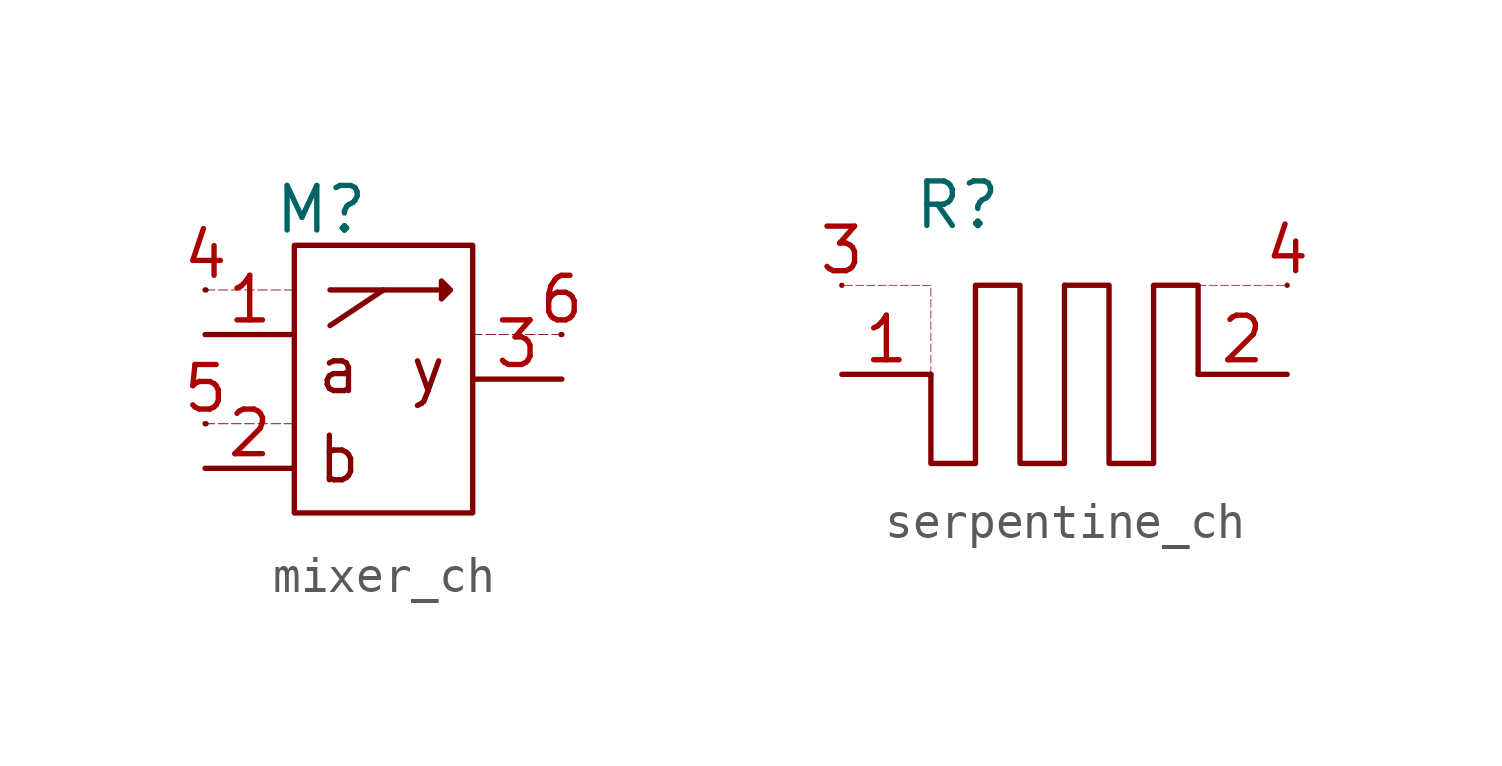
<source format=kicad_sym>
(kicad_symbol_lib
  (version 20241209)
  (generator "kicad_symbol_editor")
  (generator_version "9.0")
  (symbol "mixer_ch"
    (property "Reference" "M"
      (at -1.778 4.826 0)
      (effects (font (size 1.27 1.27))))
    (property "Value" ""
      (at 0 0 0)
      (effects (font (size 1.27 1.27))))
    (symbol "mixer_ch_0_1"
      (polyline (pts (xy -2.54 0) (xy -2.54 3.81) (xy 2.54 3.81) (xy 2.54 -3.81) (xy -2.54 -3.81) (xy -2.54 0)) (stroke (width 0) (type default)) (fill (type none)))
      (polyline (pts (xy -1.524 2.54) (xy 1.905 2.54) (xy 1.651 2.794) (xy 1.651 2.286) (xy 1.905 2.54)) (stroke (width 0) (type default)) (fill (type none)))
      (polyline (pts (xy -1.524 1.524) (xy 0 2.54)) (stroke (width 0) (type default)) (fill (type none))))
    (symbol "mixer_ch_1_1"
      (polyline (pts (xy -5.08 2.54) (xy -2.54 2.54)) (stroke (width 0.025) (type dash)) (fill (type none)))
      (polyline (pts (xy -5.08 -1.27) (xy -2.54 -1.27)) (stroke (width 0.025) (type dash)) (fill (type none)))
      (polyline (pts (xy 2.54 1.27) (xy 5.08 1.27)) (stroke (width 0.025) (type dash)) (fill (type none)))
      (text "a" (at -1.27 0.254 0) (effects (font (size 1.27 1.27))))
      (text "b" (at -1.27 -2.286 0) (effects (font (size 1.27 1.27))))
      (text "y" (at 1.27 0.254 0) (effects (font (size 1.27 1.27))))
      (pin input line (at -5.08 2.54 0) (length 0.025) (name "c_a" (effects (font (size 0 0)))) (number "4" (effects (font (size 1.27 1.27)))))
      (pin input line (at -5.08 1.27 0) (length 2.54) (name "fluid_a" (effects (font (size 0 0)))) (number "1" (effects (font (size 1.27 1.27)))))
      (pin input line (at -5.08 -1.27 0) (length 0.025) (name "c_b" (effects (font (size 0 0)))) (number "5" (effects (font (size 1.27 1.27)))))
      (pin input line (at -5.08 -2.54 0) (length 2.54) (name "fluid_b" (effects (font (size 0 0)))) (number "2" (effects (font (size 1.27 1.27)))))
      (pin input line (at 5.08 1.27 180) (length 0.025) (name "c_out" (effects (font (size 0 0)))) (number "6" (effects (font (size 1.27 1.27)))))
      (pin output line (at 5.08 0 180) (length 2.54) (name "fluid_out" (effects (font (size 0 0)))) (number "3" (effects (font (size 1.27 1.27)))))))
  (symbol "serpentine_ch"
    (property "Reference" "R"
      (at -3.048 4.826 0)
      (effects (font (size 1.27 1.27))))
    (property "Value" ""
      (at 0 0 0)
      (effects (font (size 1.27 1.27))))
    (symbol "serpentine_ch_0_1"
      (polyline (pts (xy -2.54 -2.54) (xy -3.81 -2.54) (xy -3.81 0)) (stroke (width 0) (type default)) (fill (type none)))
      (polyline (pts (xy 0 2.54) (xy 0 -2.54) (xy -1.27 -2.54) (xy -1.27 2.54) (xy -2.54 2.54) (xy -2.54 -2.54)) (stroke (width 0) (type default)) (fill (type none)))
      (polyline (pts (xy 0 2.54) (xy 1.27 2.54) (xy 1.27 -2.54) (xy 2.54 -2.54) (xy 2.54 2.54) (xy 3.81 2.54) (xy 3.81 0)) (stroke (width 0) (type default)) (fill (type none))))
    (symbol "serpentine_ch_1_1"
      (polyline (pts (xy -3.81 0) (xy -3.81 2.54) (xy -6.35 2.54)) (stroke (width 0.005) (type dash)) (fill (type none)))
      (polyline (pts (xy 3.81 2.54) (xy 6.35 2.54)) (stroke (width 0.005) (type dash)) (fill (type none)))
      (pin passive line (at -6.35 2.54 0) (length 0) (name "c_in" (effects (font (size 0 0)))) (number "3" (effects (font (size 1.27 1.27)))))
      (pin passive line (at -6.35 0 0) (length 2.54) (name "in_fluid" (effects (font (size 0 0)))) (number "1" (effects (font (size 1.27 1.27)))))
      (pin passive line (at 6.35 2.54 180) (length 0) (name "c_out" (effects (font (size 0 0)))) (number "4" (effects (font (size 1.27 1.27)))))
      (pin passive line (at 6.35 0 180) (length 2.54) (name "out_fluid" (effects (font (size 0 0)))) (number "2" (effects (font (size 1.27 1.27))))))))
</source>
